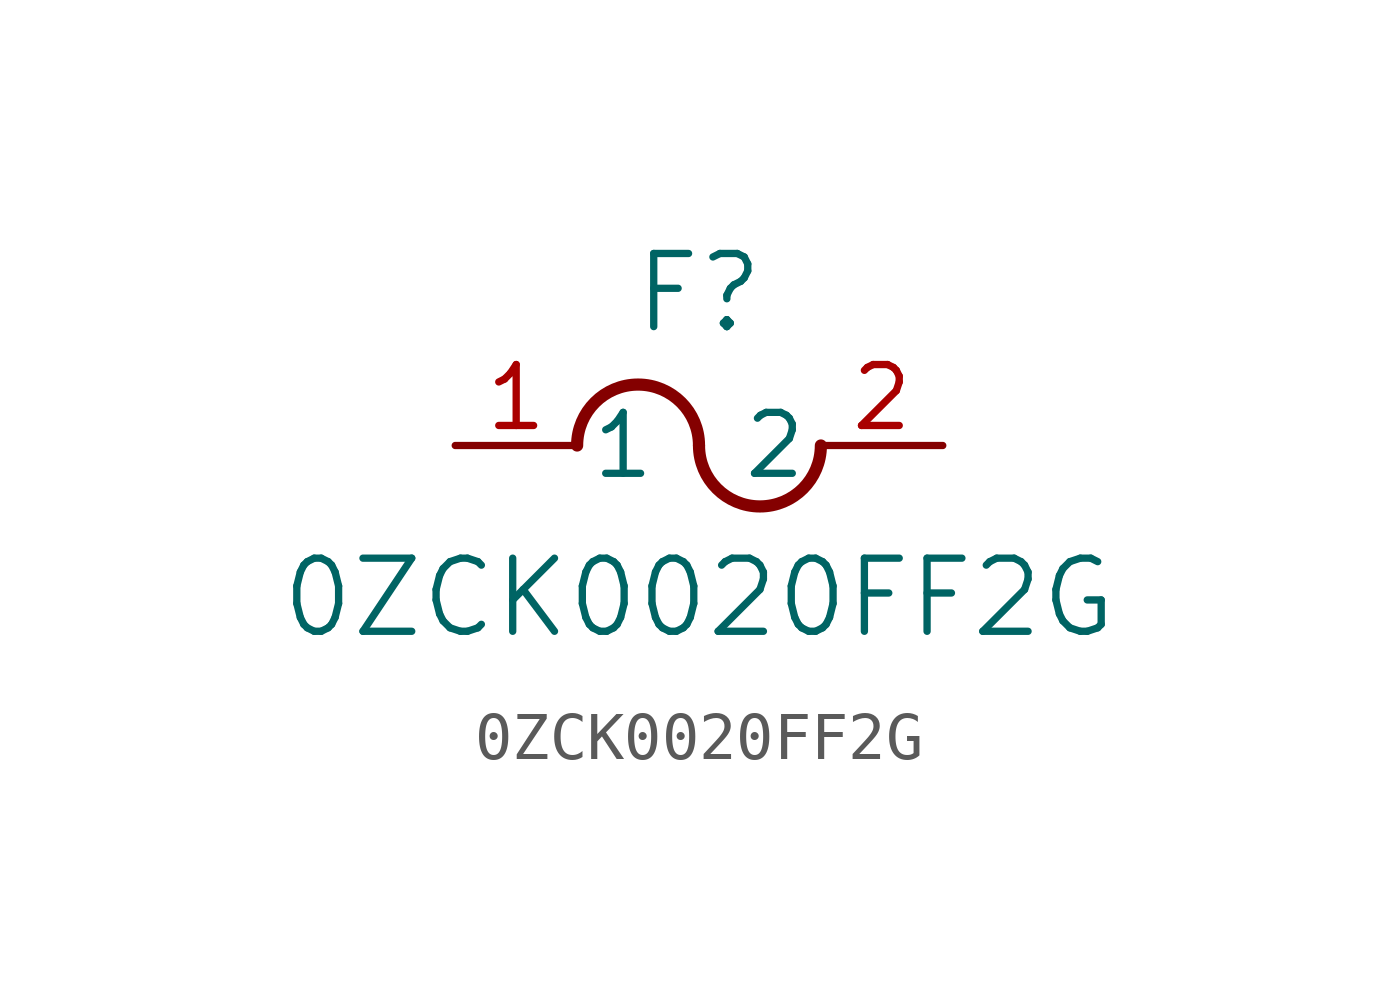
<source format=kicad_sym>
(kicad_symbol_lib
  (version 20211014)
  (generator kicad_symbol_editor)
  (symbol "0ZCK0020FF2G"
    (pin_names
      (offset 0.254))
    (property "Reference" "F"
      (at 5.08 3.175 0)
      (effects (font (size 1.524 1.524))))
    (property "Value" "0ZCK0020FF2G"
      (at 5.08 -3.175 0)
      (effects (font (size 1.524 1.524))))
    (symbol "0ZCK0020FF2G_0_1"
      (arc (start 5.08 0) (mid 3.81 1.27) (end 2.54 0) (stroke (width 0.254) (type default) (color 0 0 0 0)) (fill (type none)))
      (arc (start 5.08 0) (mid 6.35 -1.27) (end 7.62 0) (stroke (width 0.254) (type default) (color 0 0 0 0)) (fill (type none)))
      (pin unspecified line (at 0 0 0) (length 2.54) (name "1" (effects (font (size 1.27 1.27)))) (number "1" (effects (font (size 1.27 1.27)))))
      (pin unspecified line (at 10.16 0 180) (length 2.54) (name "2" (effects (font (size 1.27 1.27)))) (number "2" (effects (font (size 1.27 1.27))))))))
</source>
